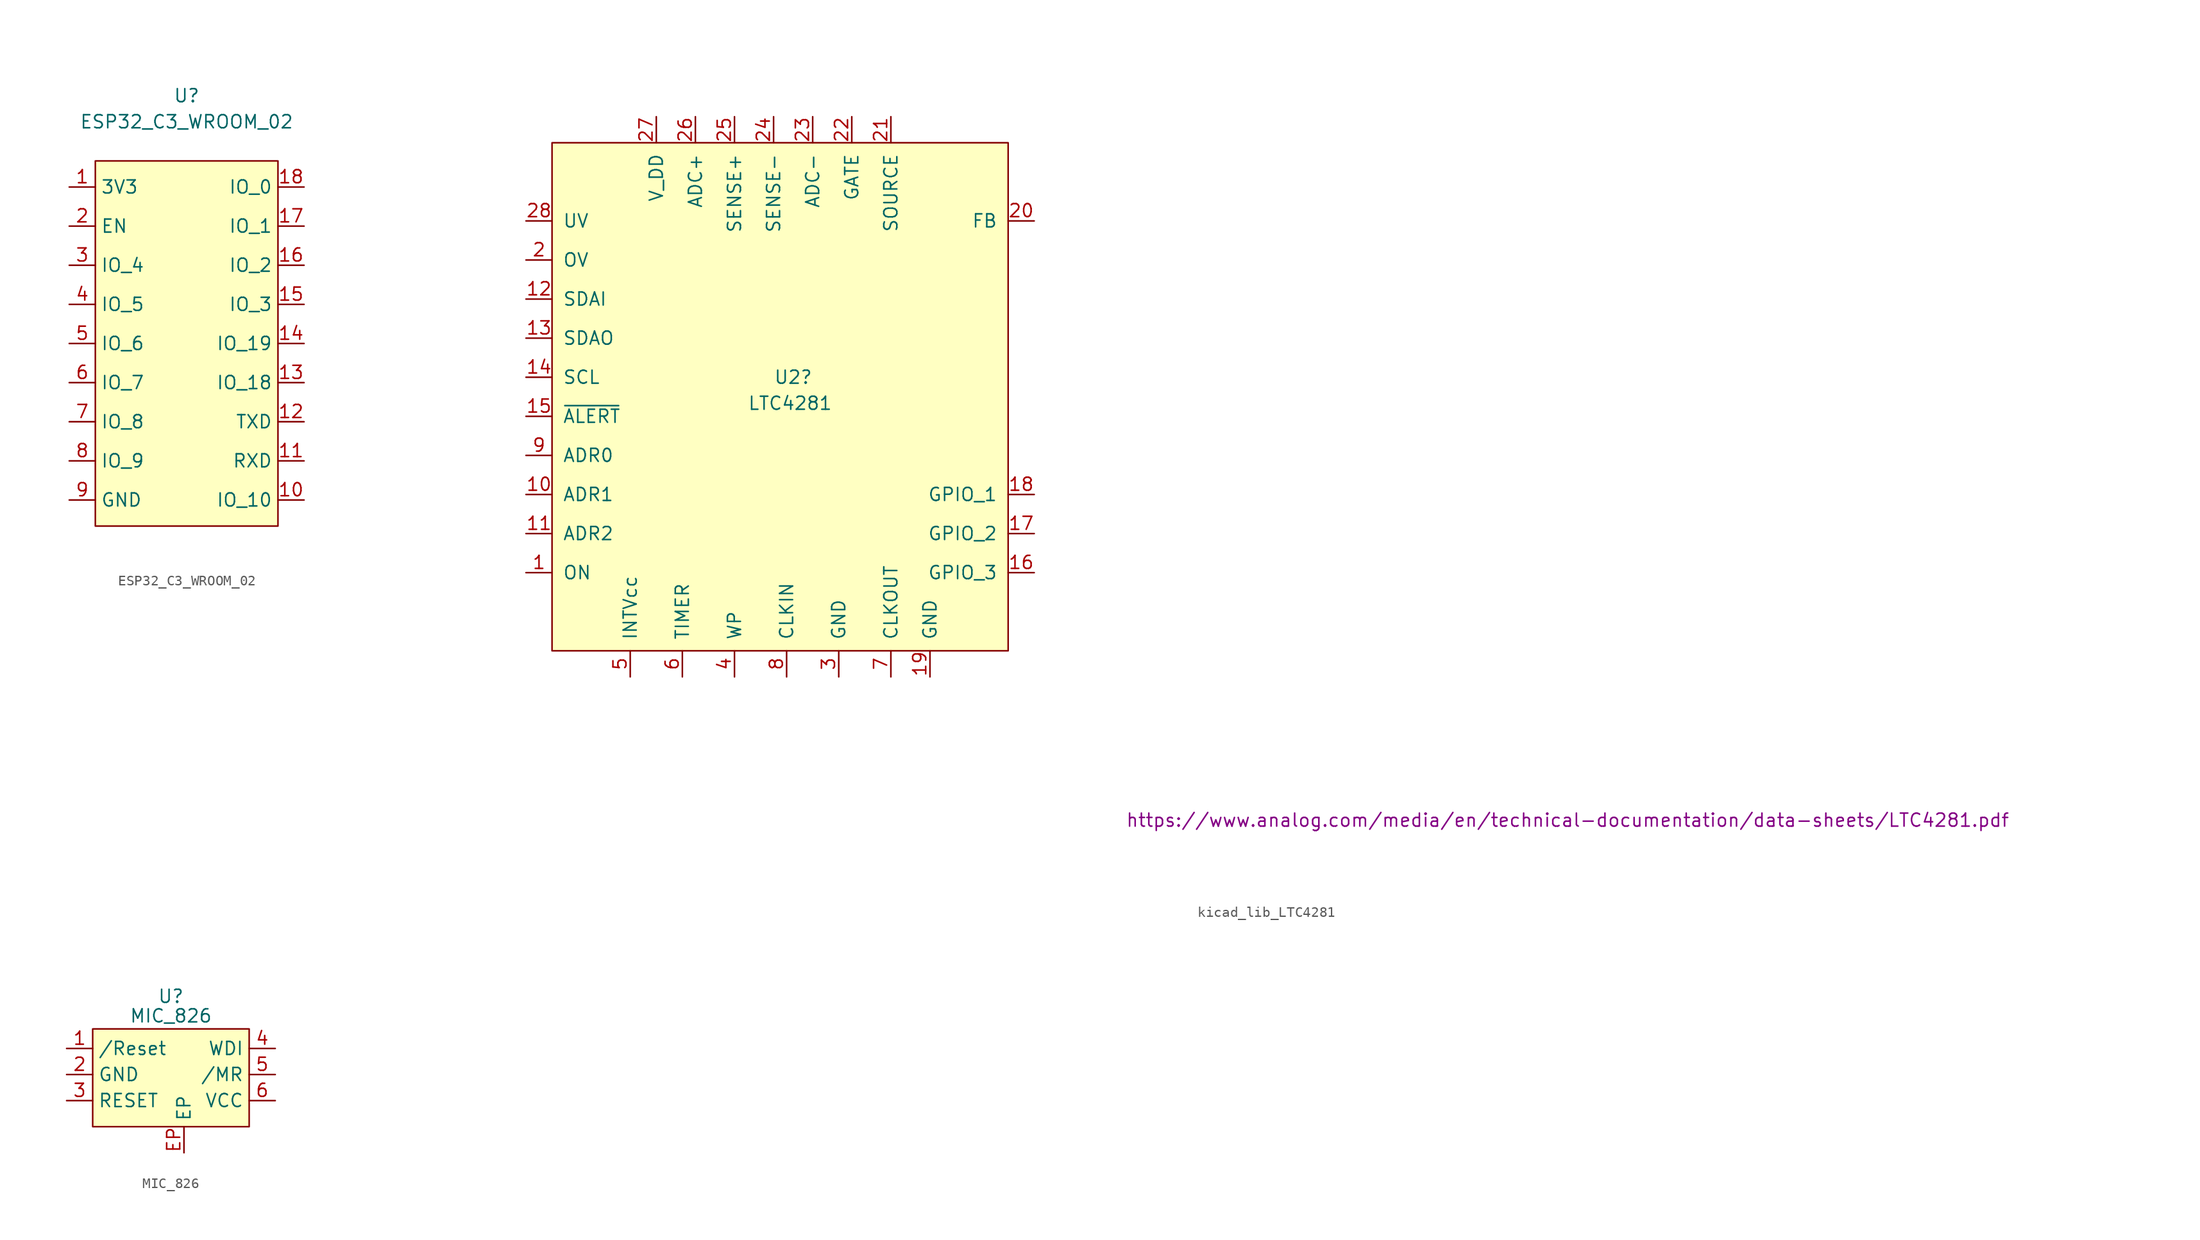
<source format=kicad_sym>
(kicad_symbol_lib
  (version 20211014)
  (generator kicad_symbol_editor)
  (symbol "ESP32_C3_WROOM_02"
    (property "Reference" "U"
      (at 0 2.54 0)
      (effects (font (size 1.27 1.27))))
    (property "Value" "ESP32_C3_WROOM_02"
      (at 0 0 0)
      (effects (font (size 1.27 1.27))))
    (symbol "ESP32_C3_WROOM_02_0_1"
      (rectangle (start -8.89 -3.81) (end 8.89 -39.37) (stroke (width 0.152) (type default) (color 0 0 0 0)) (fill (type background))))
    (symbol "ESP32_C3_WROOM_02_1_1"
      (pin power_in line (at -11.43 -6.35 0) (length 2.54) (name "3V3" (effects (font (size 1.27 1.27)))) (number "1" (effects (font (size 1.27 1.27)))))
      (pin bidirectional line (at 11.43 -36.83 180) (length 2.54) (name "IO_10" (effects (font (size 1.27 1.27)))) (number "10" (effects (font (size 1.27 1.27)))) (alternate "FSPICS0" bidirectional line))
      (pin bidirectional line (at 11.43 -33.02 180) (length 2.54) (name "RXD" (effects (font (size 1.27 1.27)))) (number "11" (effects (font (size 1.27 1.27)))) (alternate "IO 20" bidirectional line))
      (pin bidirectional line (at 11.43 -29.21 180) (length 2.54) (name "TXD" (effects (font (size 1.27 1.27)))) (number "12" (effects (font (size 1.27 1.27)))) (alternate "IO_21" bidirectional line))
      (pin bidirectional line (at 11.43 -25.4 180) (length 2.54) (name "IO_18" (effects (font (size 1.27 1.27)))) (number "13" (effects (font (size 1.27 1.27)))) (alternate "USB_D-" bidirectional line))
      (pin bidirectional line (at 11.43 -21.59 180) (length 2.54) (name "IO_19" (effects (font (size 1.27 1.27)))) (number "14" (effects (font (size 1.27 1.27)))) (alternate "USB_D+" bidirectional line))
      (pin bidirectional line (at 11.43 -17.78 180) (length 2.54) (name "IO_3" (effects (font (size 1.27 1.27)))) (number "15" (effects (font (size 1.27 1.27)))) (alternate "ADC1_CH3" bidirectional line))
      (pin bidirectional line (at 11.43 -13.97 180) (length 2.54) (name "IO_2" (effects (font (size 1.27 1.27)))) (number "16" (effects (font (size 1.27 1.27)))) (alternate "ADC1_CH2" bidirectional line) (alternate "FSPIQ" bidirectional line))
      (pin bidirectional line (at 11.43 -10.16 180) (length 2.54) (name "IO_1" (effects (font (size 1.27 1.27)))) (number "17" (effects (font (size 1.27 1.27)))) (alternate "ADC1_CH1" bidirectional line) (alternate "XTAL_32K_N" bidirectional line))
      (pin bidirectional line (at 11.43 -6.35 180) (length 2.54) (name "IO_0" (effects (font (size 1.27 1.27)))) (number "18" (effects (font (size 1.27 1.27)))) (alternate "ADC1_CH0" bidirectional line) (alternate "XTAL_32K_P" bidirectional line))
      (pin input line (at -11.43 -10.16 0) (length 2.54) (name "EN" (effects (font (size 1.27 1.27)))) (number "2" (effects (font (size 1.27 1.27)))))
      (pin bidirectional line (at -11.43 -13.97 0) (length 2.54) (name "IO_4" (effects (font (size 1.27 1.27)))) (number "3" (effects (font (size 1.27 1.27)))) (alternate "ADC1_CH4" bidirectional line) (alternate "FSPIHD" bidirectional line) (alternate "MTMS" bidirectional line))
      (pin bidirectional line (at -11.43 -17.78 0) (length 2.54) (name "IO_5" (effects (font (size 1.27 1.27)))) (number "4" (effects (font (size 1.27 1.27)))) (alternate "ADC2_CH0" bidirectional line) (alternate "FSPIWP" bidirectional line) (alternate "MTDI" bidirectional line))
      (pin bidirectional line (at -11.43 -21.59 0) (length 2.54) (name "IO_6" (effects (font (size 1.27 1.27)))) (number "5" (effects (font (size 1.27 1.27)))) (alternate "FSPICLK" bidirectional line) (alternate "MTCK" bidirectional line))
      (pin bidirectional line (at -11.43 -25.4 0) (length 2.54) (name "IO_7" (effects (font (size 1.27 1.27)))) (number "6" (effects (font (size 1.27 1.27)))) (alternate "FSPID" bidirectional line) (alternate "MTDO" bidirectional line))
      (pin bidirectional line (at -11.43 -29.21 0) (length 2.54) (name "IO_8" (effects (font (size 1.27 1.27)))) (number "7" (effects (font (size 1.27 1.27)))))
      (pin bidirectional line (at -11.43 -33.02 0) (length 2.54) (name "IO_9" (effects (font (size 1.27 1.27)))) (number "8" (effects (font (size 1.27 1.27)))))
      (pin power_in line (at -11.43 -36.83 0) (length 2.54) (name "GND" (effects (font (size 1.27 1.27)))) (number "9" (effects (font (size 1.27 1.27)))))))
  (symbol "kicad_lib_LTC4281"
    (pin_names
      (offset 1.016))
    (property "Reference" "U2"
      (at -7.62 -13.97 0)
      (effects (font (size 1.27 1.27)) (justify left)))
    (property "Value" "LTC4281"
      (at -10.16 -16.51 0)
      (effects (font (size 1.27 1.27)) (justify left)))
    (property "Datasheet" "https://www.analog.com/media/en/technical-documentation/data-sheets/LTC4281.pdf"
      (at 26.67 -57.15 0)
      (effects (font (size 1.27 1.27)) (justify left)))
    (symbol "kicad_lib_LTC4281_0_1"
      (rectangle (start -29.21 8.89) (end 15.24 -40.64) (stroke (width 0) (type default) (color 0 0 0 0)) (fill (type background))))
    (symbol "kicad_lib_LTC4281_1_1"
      (pin input line (at -31.75 -33.02 0) (length 2.54) (name "ON" (effects (font (size 1.27 1.27)))) (number "1" (effects (font (size 1.27 1.27)))))
      (pin input line (at -31.75 -25.4 0) (length 2.54) (name "ADR1" (effects (font (size 1.27 1.27)))) (number "10" (effects (font (size 1.27 1.27)))))
      (pin input line (at -31.75 -29.21 0) (length 2.54) (name "ADR2" (effects (font (size 1.27 1.27)))) (number "11" (effects (font (size 1.27 1.27)))))
      (pin input line (at -31.75 -6.35 0) (length 2.54) (name "SDAI" (effects (font (size 1.27 1.27)))) (number "12" (effects (font (size 1.27 1.27)))))
      (pin output line (at -31.75 -10.16 0) (length 2.54) (name "SDAO" (effects (font (size 1.27 1.27)))) (number "13" (effects (font (size 1.27 1.27)))))
      (pin input line (at -31.75 -13.97 0) (length 2.54) (name "SCL" (effects (font (size 1.27 1.27)))) (number "14" (effects (font (size 1.27 1.27)))))
      (pin output line (at -31.75 -17.78 0) (length 2.54) (name "~{ALERT}" (effects (font (size 1.27 1.27)))) (number "15" (effects (font (size 1.27 1.27)))))
      (pin bidirectional line (at 17.78 -33.02 180) (length 2.54) (name "GPIO_3" (effects (font (size 1.27 1.27)))) (number "16" (effects (font (size 1.27 1.27)))))
      (pin bidirectional line (at 17.78 -29.21 180) (length 2.54) (name "GPIO_2" (effects (font (size 1.27 1.27)))) (number "17" (effects (font (size 1.27 1.27)))))
      (pin bidirectional line (at 17.78 -25.4 180) (length 2.54) (name "GPIO_1" (effects (font (size 1.27 1.27)))) (number "18" (effects (font (size 1.27 1.27)))))
      (pin power_in line (at 7.62 -43.18 90) (length 2.54) (name "GND" (effects (font (size 1.27 1.27)))) (number "19" (effects (font (size 1.27 1.27)))))
      (pin input line (at -31.75 -2.54 0) (length 2.54) (name "OV" (effects (font (size 1.27 1.27)))) (number "2" (effects (font (size 1.27 1.27)))))
      (pin input line (at 17.78 1.27 180) (length 2.54) (name "FB" (effects (font (size 1.27 1.27)))) (number "20" (effects (font (size 1.27 1.27)))))
      (pin input line (at 3.81 11.43 270) (length 2.54) (name "SOURCE" (effects (font (size 1.27 1.27)))) (number "21" (effects (font (size 1.27 1.27)))))
      (pin output line (at 0 11.43 270) (length 2.54) (name "GATE" (effects (font (size 1.27 1.27)))) (number "22" (effects (font (size 1.27 1.27)))))
      (pin input line (at -3.81 11.43 270) (length 2.54) (name "ADC-" (effects (font (size 1.27 1.27)))) (number "23" (effects (font (size 1.27 1.27)))))
      (pin input line (at -7.62 11.43 270) (length 2.54) (name "SENSE-" (effects (font (size 1.27 1.27)))) (number "24" (effects (font (size 1.27 1.27)))))
      (pin input line (at -11.43 11.43 270) (length 2.54) (name "SENSE+" (effects (font (size 1.27 1.27)))) (number "25" (effects (font (size 1.27 1.27)))))
      (pin input line (at -15.24 11.43 270) (length 2.54) (name "ADC+" (effects (font (size 1.27 1.27)))) (number "26" (effects (font (size 1.27 1.27)))))
      (pin power_in line (at -19.05 11.43 270) (length 2.54) (name "V_DD" (effects (font (size 1.27 1.27)))) (number "27" (effects (font (size 1.27 1.27)))))
      (pin input line (at -31.75 1.27 0) (length 2.54) (name "UV" (effects (font (size 1.27 1.27)))) (number "28" (effects (font (size 1.27 1.27)))))
      (pin power_in line (at -1.27 -43.18 90) (length 2.54) (name "GND" (effects (font (size 1.27 1.27)))) (number "3" (effects (font (size 1.27 1.27)))))
      (pin input line (at -11.43 -43.18 90) (length 2.54) (name "WP" (effects (font (size 1.27 1.27)))) (number "4" (effects (font (size 1.27 1.27)))))
      (pin output line (at -21.59 -43.18 90) (length 2.54) (name "INTVcc" (effects (font (size 1.27 1.27)))) (number "5" (effects (font (size 1.27 1.27)))))
      (pin bidirectional line (at -16.51 -43.18 90) (length 2.54) (name "TIMER" (effects (font (size 1.27 1.27)))) (number "6" (effects (font (size 1.27 1.27)))))
      (pin output line (at 3.81 -43.18 90) (length 2.54) (name "CLKOUT" (effects (font (size 1.27 1.27)))) (number "7" (effects (font (size 1.27 1.27)))))
      (pin input line (at -6.35 -43.18 90) (length 2.54) (name "CLKIN" (effects (font (size 1.27 1.27)))) (number "8" (effects (font (size 1.27 1.27)))))
      (pin input line (at -31.75 -21.59 0) (length 2.54) (name "ADR0" (effects (font (size 1.27 1.27)))) (number "9" (effects (font (size 1.27 1.27)))))))
  (symbol "MIC_826"
    (property "Reference" "U"
      (at 0 1.905 0)
      (effects (font (size 1.27 1.27))))
    (property "Value" "MIC_826"
      (at 0 0 0)
      (effects (font (size 1.27 1.27))))
    (symbol "MIC_826_0_1"
      (rectangle (start -7.62 -1.27) (end 7.62 -10.795) (stroke (width 0.152) (type default) (color 0 0 0 0)) (fill (type background))))
    (symbol "MIC_826_1_1"
      (pin output line (at -10.16 -3.175 0) (length 2.54) (name "/Reset" (effects (font (size 1.27 1.27)))) (number "1" (effects (font (size 1.27 1.27)))))
      (pin power_in line (at -10.16 -5.715 0) (length 2.54) (name "GND" (effects (font (size 1.27 1.27)))) (number "2" (effects (font (size 1.27 1.27)))))
      (pin output line (at -10.16 -8.255 0) (length 2.54) (name "RESET" (effects (font (size 1.27 1.27)))) (number "3" (effects (font (size 1.27 1.27)))))
      (pin input line (at 10.16 -3.175 180) (length 2.54) (name "WDI" (effects (font (size 1.27 1.27)))) (number "4" (effects (font (size 1.27 1.27)))))
      (pin input line (at 10.16 -5.715 180) (length 2.54) (name "/MR" (effects (font (size 1.27 1.27)))) (number "5" (effects (font (size 1.27 1.27)))))
      (pin power_in line (at 10.16 -8.255 180) (length 2.54) (name "VCC" (effects (font (size 1.27 1.27)))) (number "6" (effects (font (size 1.27 1.27)))))
      (pin power_in line (at 1.27 -13.335 90) (length 2.54) (name "EP" (effects (font (size 1.27 1.27)))) (number "EP" (effects (font (size 1.27 1.27))))))))
</source>
